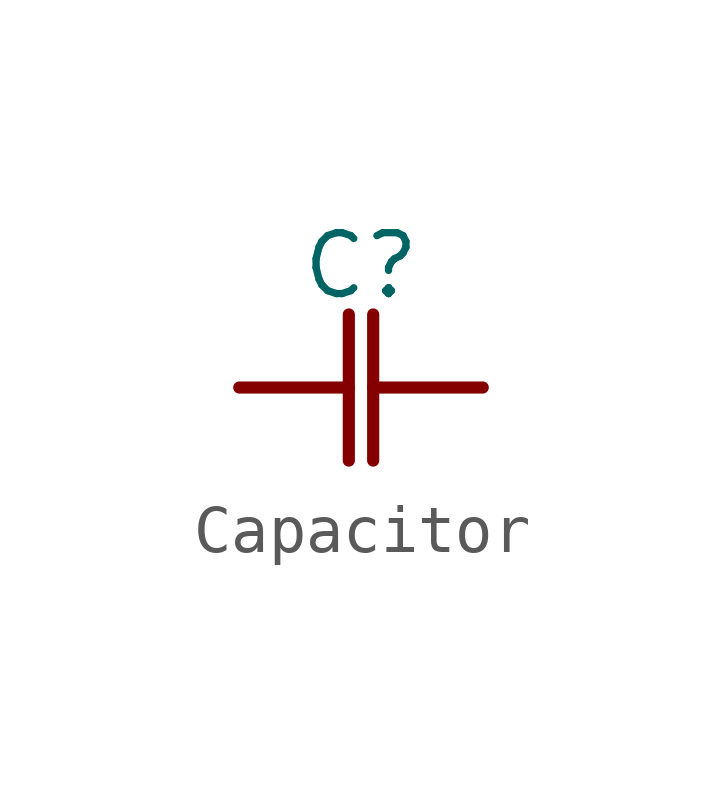
<source format=kicad_sym>
(kicad_symbol_lib
  (version 20241209)
  (generator "kicad_symbol_editor")
  (generator_version "9.0")
  (symbol "Capacitor"
    (property "Reference" "С"
      (at 0 2.54 0)
      (effects (font (size 1.27 1.27))))
    (property "Value" ""
      (at 0 0 0)
      (effects (font (size 1.27 1.27))))
    (symbol "Capacitor_1_1"
      (polyline (pts (xy -0.254 1.524) (xy -0.254 -1.524)) (stroke (width 0.254) (type solid)) (fill (type none)))
      (polyline (pts (xy -0.254 0) (xy -2.54 0)) (stroke (width 0.254) (type solid)) (fill (type none)))
      (polyline (pts (xy 0.254 1.524) (xy 0.254 -1.524)) (stroke (width 0.254) (type solid)) (fill (type none)))
      (polyline (pts (xy 0.254 0) (xy 2.54 0)) (stroke (width 0.254) (type solid)) (fill (type none)))
      (pin passive line (at -2.54 0 0) (length 0) (name "" (effects (font (size 1.27 1.27)))) (number "" (effects (font (size 1.27 1.27)))))
      (pin passive line (at 2.54 0 180) (length 0) (name "" (effects (font (size 1.27 1.27)))) (number "" (effects (font (size 1.27 1.27))))))))
</source>
